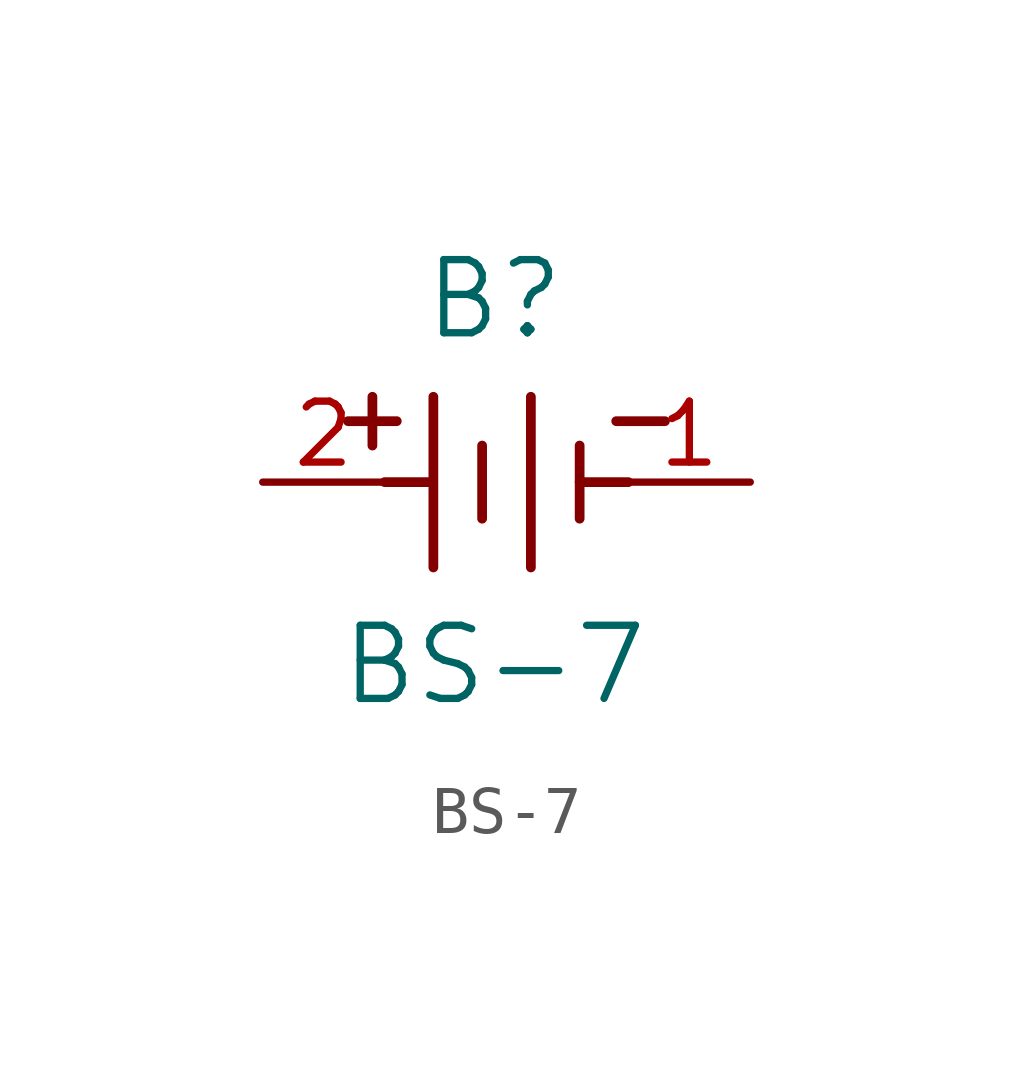
<source format=kicad_sym>
(kicad_symbol_lib
  (version 20211014)
  (generator kicad_symbol_editor)
  (symbol "BS-7"
    (pin_names
      (offset 0.254))
    (property "Reference" "B"
      (at 4.826 3.81 0)
      (effects (font (size 1.524 1.524))))
    (property "Value" "BS-7"
      (at 4.826 -3.81 0)
      (effects (font (size 1.524 1.524))))
    (symbol "BS-7_0_1"
      (polyline (pts (xy 2.286 0.762) (xy 2.286 1.778)) (stroke (width 0.203) (type default) (color 0 0 0 0)) (fill (type none)))
      (polyline (pts (xy 6.604 0) (xy 7.62 0)) (stroke (width 0.203) (type default) (color 0 0 0 0)) (fill (type none)))
      (polyline (pts (xy 3.556 -1.778) (xy 3.556 1.778)) (stroke (width 0.203) (type default) (color 0 0 0 0)) (fill (type none)))
      (polyline (pts (xy 1.778 1.27) (xy 2.794 1.27)) (stroke (width 0.203) (type default) (color 0 0 0 0)) (fill (type none)))
      (polyline (pts (xy 2.54 0) (xy 3.48 0)) (stroke (width 0.203) (type default) (color 0 0 0 0)) (fill (type none)))
      (polyline (pts (xy 5.588 -1.778) (xy 5.588 1.778)) (stroke (width 0.203) (type default) (color 0 0 0 0)) (fill (type none)))
      (polyline (pts (xy 6.604 0.762) (xy 6.604 -0.762)) (stroke (width 0.203) (type default) (color 0 0 0 0)) (fill (type none)))
      (polyline (pts (xy 4.572 0.762) (xy 4.572 -0.762)) (stroke (width 0.203) (type default) (color 0 0 0 0)) (fill (type none)))
      (polyline (pts (xy 7.366 1.27) (xy 8.382 1.27)) (stroke (width 0.203) (type default) (color 0 0 0 0)) (fill (type none)))
      (pin unspecified line (at 10.16 0 180) (length 2.54) (name "" (effects (font (size 1.27 1.27)))) (number "1" (effects (font (size 1.27 1.27)))))
      (pin unspecified line (at 0 0 0) (length 2.54) (name "" (effects (font (size 1.27 1.27)))) (number "2" (effects (font (size 1.27 1.27))))))))
</source>
